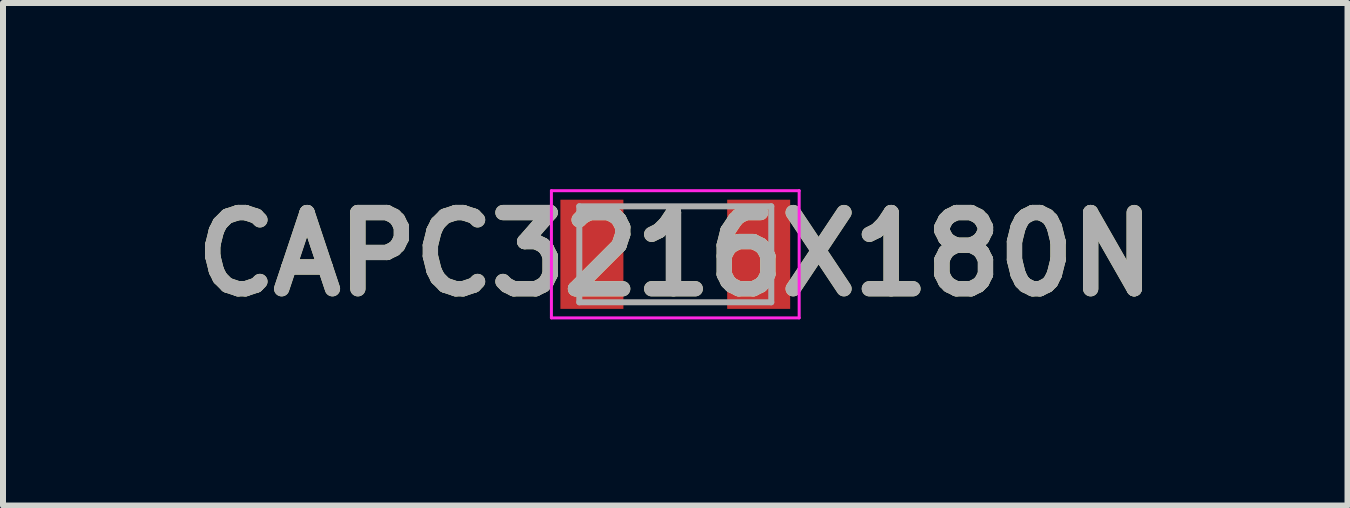
<source format=kicad_pcb>
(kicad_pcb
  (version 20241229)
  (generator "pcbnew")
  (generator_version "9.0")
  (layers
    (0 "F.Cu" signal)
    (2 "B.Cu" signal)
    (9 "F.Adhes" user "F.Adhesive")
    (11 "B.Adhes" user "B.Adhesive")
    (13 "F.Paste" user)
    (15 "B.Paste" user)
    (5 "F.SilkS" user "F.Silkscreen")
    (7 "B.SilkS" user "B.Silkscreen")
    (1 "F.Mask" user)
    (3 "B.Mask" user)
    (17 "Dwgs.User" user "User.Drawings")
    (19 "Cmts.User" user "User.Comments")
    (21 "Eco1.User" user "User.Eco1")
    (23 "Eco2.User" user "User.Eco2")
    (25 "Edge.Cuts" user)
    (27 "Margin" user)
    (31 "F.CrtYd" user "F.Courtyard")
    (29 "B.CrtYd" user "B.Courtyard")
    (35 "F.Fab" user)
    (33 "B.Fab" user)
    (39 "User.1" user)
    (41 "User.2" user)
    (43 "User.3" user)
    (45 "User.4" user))
  (footprint "CAPC3216X180N"
    (layer "F.Cu")
    (at 8.207 1.189)
    (property "Reference" "CAPC3216X180N" (at 0 0 0) (layer "F.SilkS") (effects (font (size 1.27 1.27) (thickness 0.254))))
    (attr smd)
    (fp_line (start -2.065 -1.06) (end 2.065 -1.06) (stroke (width 0.05) (type solid)) (layer "F.CrtYd"))
    (fp_line (start -2.065 1.06) (end -2.065 -1.06) (stroke (width 0.05) (type solid)) (layer "F.CrtYd"))
    (fp_line (start 2.065 -1.06) (end 2.065 1.06) (stroke (width 0.05) (type solid)) (layer "F.CrtYd"))
    (fp_line (start 2.065 1.06) (end -2.065 1.06) (stroke (width 0.05) (type solid)) (layer "F.CrtYd"))
    (fp_line (start -1.6 -0.8) (end 1.6 -0.8) (stroke (width 0.1) (type solid)) (layer "F.Fab"))
    (fp_line (start -1.6 0.8) (end -1.6 -0.8) (stroke (width 0.1) (type solid)) (layer "F.Fab"))
    (fp_line (start 1.6 -0.8) (end 1.6 0.8) (stroke (width 0.1) (type solid)) (layer "F.Fab"))
    (fp_line (start 1.6 0.8) (end -1.6 0.8) (stroke (width 0.1) (type solid)) (layer "F.Fab"))
    (fp_text user "${REFERENCE}" (at 0 0 0) (layer "F.Fab") (effects (font (size 1.27 1.27) (thickness 0.254))))
    (pad "1" smd rect (at -1.39 0) (size 1.05 1.82) (layers "F.Cu" "F.Mask" "F.Paste"))
    (pad "2" smd rect (at 1.39 0) (size 1.05 1.82) (layers "F.Cu" "F.Mask" "F.Paste")))
  (gr_rect
    (start -3 -3)
    (end 19.413 5.377)
    (stroke (width 0.1) (type default))
    (fill no)
    (layer "Edge.Cuts")))
</source>
